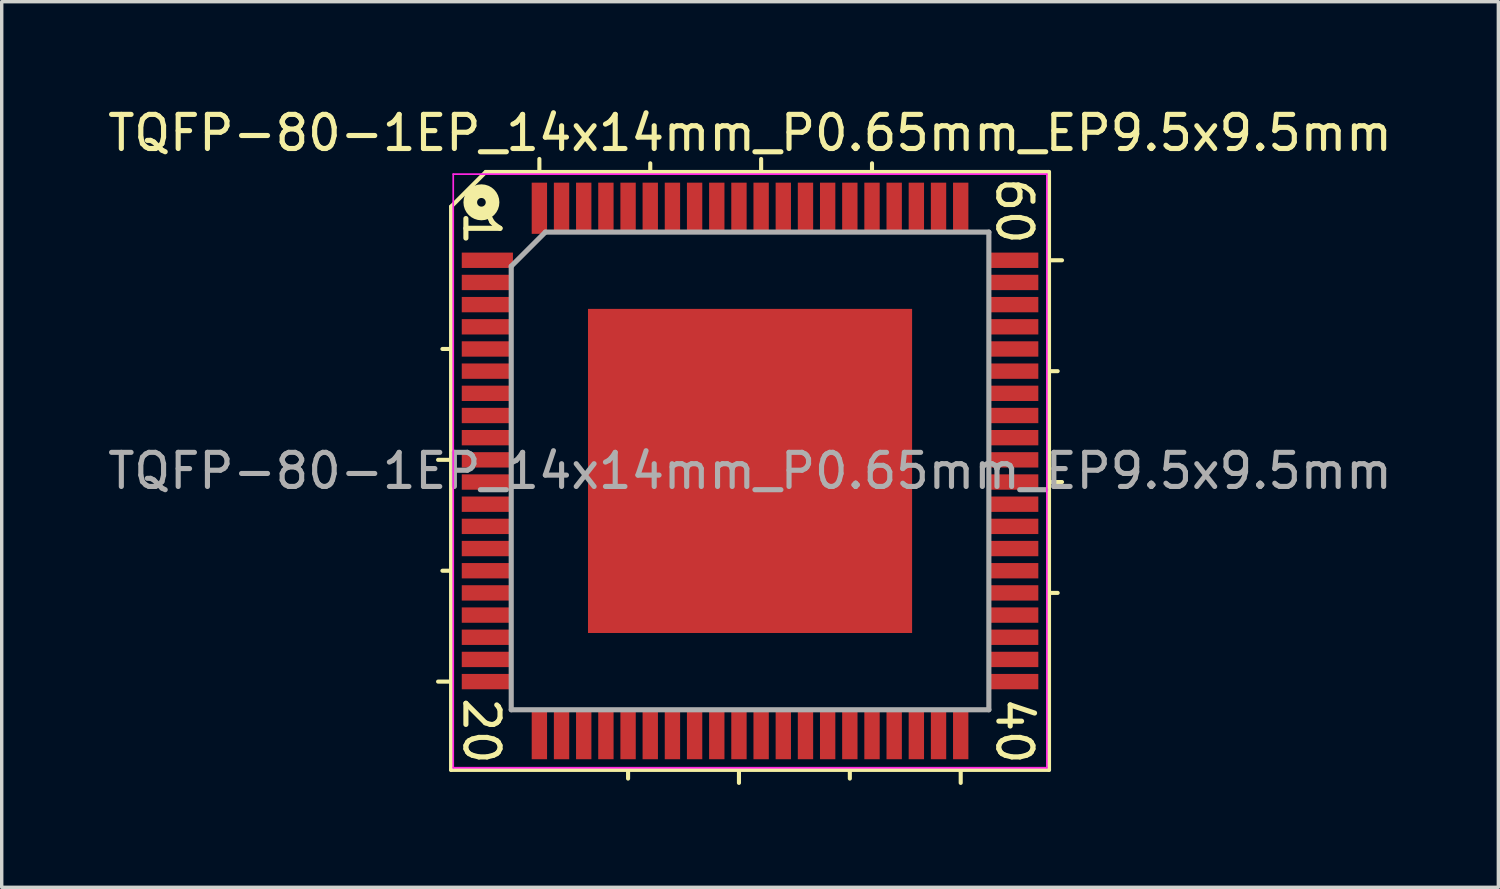
<source format=kicad_pcb>
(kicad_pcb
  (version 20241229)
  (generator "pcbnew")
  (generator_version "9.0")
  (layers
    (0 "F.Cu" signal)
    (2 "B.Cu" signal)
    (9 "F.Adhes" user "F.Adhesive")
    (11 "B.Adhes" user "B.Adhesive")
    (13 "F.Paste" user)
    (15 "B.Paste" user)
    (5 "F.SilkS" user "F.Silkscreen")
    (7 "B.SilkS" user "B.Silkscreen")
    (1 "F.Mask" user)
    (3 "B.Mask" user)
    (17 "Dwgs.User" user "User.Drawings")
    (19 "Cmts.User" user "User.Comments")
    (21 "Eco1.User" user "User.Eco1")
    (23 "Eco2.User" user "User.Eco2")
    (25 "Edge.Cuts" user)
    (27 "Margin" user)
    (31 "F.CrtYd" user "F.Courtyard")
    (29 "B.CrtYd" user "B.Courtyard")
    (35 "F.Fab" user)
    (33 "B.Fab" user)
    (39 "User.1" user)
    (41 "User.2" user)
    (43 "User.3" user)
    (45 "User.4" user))
  (footprint "TQFP-80-1EP_14x14mm_P0.65mm_EP9.5x9.5mm"
    (layer "F.Cu")
    (at 18.935 10.754)
    (property "Reference" "TQFP-80-1EP_14x14mm_P0.65mm_EP9.5x9.5mm" (at 0 -9.906 0) (layer "F.SilkS") (effects (font (size 1 1) (thickness 0.15))))
    (attr smd)
    (fp_line (start -8.763 -7.747) (end -8.763 8.763) (stroke (width 0.12) (type solid)) (layer "F.SilkS"))
    (fp_line (start -8.763 -3.575) (end -9.017 -3.575) (stroke (width 0.12) (type solid)) (layer "F.SilkS"))
    (fp_line (start -8.763 -0.325) (end -9.144 -0.325) (stroke (width 0.12) (type solid)) (layer "F.SilkS"))
    (fp_line (start -8.763 2.925) (end -9.017 2.925) (stroke (width 0.12) (type solid)) (layer "F.SilkS"))
    (fp_line (start -8.763 6.175) (end -9.144 6.175) (stroke (width 0.12) (type solid)) (layer "F.SilkS"))
    (fp_line (start -8.763 8.763) (end 8.763 8.763) (stroke (width 0.12) (type solid)) (layer "F.SilkS"))
    (fp_line (start -7.747 -8.763) (end -8.763 -7.747) (stroke (width 0.12) (type solid)) (layer "F.SilkS"))
    (fp_line (start -6.175 -8.763) (end -6.175 -9.144) (stroke (width 0.12) (type solid)) (layer "F.SilkS"))
    (fp_line (start -3.575 8.763) (end -3.575 9.017) (stroke (width 0.12) (type solid)) (layer "F.SilkS"))
    (fp_line (start -2.925 -8.763) (end -2.925 -9.017) (stroke (width 0.12) (type solid)) (layer "F.SilkS"))
    (fp_line (start -0.325 8.763) (end -0.325 9.144) (stroke (width 0.12) (type solid)) (layer "F.SilkS"))
    (fp_line (start 0.325 -8.763) (end 0.325 -9.144) (stroke (width 0.12) (type solid)) (layer "F.SilkS"))
    (fp_line (start 2.925 8.763) (end 2.925 9.017) (stroke (width 0.12) (type solid)) (layer "F.SilkS"))
    (fp_line (start 3.575 -8.763) (end 3.575 -9.017) (stroke (width 0.12) (type solid)) (layer "F.SilkS"))
    (fp_line (start 6.175 8.763) (end 6.175 9.144) (stroke (width 0.12) (type solid)) (layer "F.SilkS"))
    (fp_line (start 8.763 -8.763) (end -7.747 -8.763) (stroke (width 0.12) (type solid)) (layer "F.SilkS"))
    (fp_line (start 8.763 -6.175) (end 9.144 -6.175) (stroke (width 0.12) (type solid)) (layer "F.SilkS"))
    (fp_line (start 8.763 -2.925) (end 9.017 -2.925) (stroke (width 0.12) (type solid)) (layer "F.SilkS"))
    (fp_line (start 8.763 0.325) (end 9.144 0.325) (stroke (width 0.12) (type solid)) (layer "F.SilkS"))
    (fp_line (start 8.763 3.575) (end 9.017 3.575) (stroke (width 0.12) (type solid)) (layer "F.SilkS"))
    (fp_line (start 8.763 8.763) (end 8.763 -8.763) (stroke (width 0.12) (type solid)) (layer "F.SilkS"))
    (fp_circle (center -7.874 -7.874) (end -7.747 -7.874) (stroke (width 0.4) (type solid)) (fill no) (layer "F.SilkS"))
    (fp_line (start -8.7 -8.7) (end -8.7 8.7) (stroke (width 0.05) (type solid)) (layer "F.CrtYd"))
    (fp_line (start -8.7 -8.7) (end 8.7 -8.7) (stroke (width 0.05) (type solid)) (layer "F.CrtYd"))
    (fp_line (start -8.7 8.7) (end 8.7 8.7) (stroke (width 0.05) (type solid)) (layer "F.CrtYd"))
    (fp_line (start 8.7 -8.7) (end 8.7 8.7) (stroke (width 0.05) (type solid)) (layer "F.CrtYd"))
    (fp_line (start -7 -6) (end -6 -7) (stroke (width 0.15) (type solid)) (layer "F.Fab"))
    (fp_line (start -7 7) (end -7 -6) (stroke (width 0.15) (type solid)) (layer "F.Fab"))
    (fp_line (start -6 -7) (end 7 -7) (stroke (width 0.15) (type solid)) (layer "F.Fab"))
    (fp_line (start 7 -7) (end 7 7) (stroke (width 0.15) (type solid)) (layer "F.Fab"))
    (fp_line (start 7 7) (end -7 7) (stroke (width 0.15) (type solid)) (layer "F.Fab"))
    (fp_text user "60" (at 7.747 -7.62 270) (unlocked yes) (layer "F.SilkS") (effects (font (size 1 1) (thickness 0.15))))
    (fp_text user "1" (at -7.874 -7.112 270) (unlocked yes) (layer "F.SilkS") (effects (font (size 1 1) (thickness 0.15))))
    (fp_text user "20" (at -7.874 7.62 270) (unlocked yes) (layer "F.SilkS") (effects (font (size 1 1) (thickness 0.15))))
    (fp_text user "40" (at 7.747 7.62 270) (unlocked yes) (layer "F.SilkS") (effects (font (size 1 1) (thickness 0.15))))
    (fp_text user "${REFERENCE}" (at 0 0 0) (layer "F.Fab") (effects (font (size 1 1) (thickness 0.15))))
    (pad "" smd rect (at -2.375 -2.375) (size 3.8 3.8) (layers "F.Paste"))
    (pad "" smd rect (at -2.375 2.375) (size 3.8 3.8) (layers "F.Paste"))
    (pad "" smd rect (at 2.375 -2.375) (size 3.8 3.8) (layers "F.Paste"))
    (pad "" smd rect (at 2.375 2.375) (size 3.8 3.8) (layers "F.Paste"))
    (pad "1" smd rect (at -7.7 -6.175) (size 1.5 0.45) (layers "F.Cu" "F.Mask" "F.Paste"))
    (pad "2" smd rect (at -7.7 -5.525) (size 1.5 0.45) (layers "F.Cu" "F.Mask" "F.Paste"))
    (pad "3" smd rect (at -7.7 -4.875) (size 1.5 0.45) (layers "F.Cu" "F.Mask" "F.Paste"))
    (pad "4" smd rect (at -7.7 -4.225) (size 1.5 0.45) (layers "F.Cu" "F.Mask" "F.Paste"))
    (pad "5" smd rect (at -7.7 -3.575) (size 1.5 0.45) (layers "F.Cu" "F.Mask" "F.Paste"))
    (pad "6" smd rect (at -7.7 -2.925) (size 1.5 0.45) (layers "F.Cu" "F.Mask" "F.Paste"))
    (pad "7" smd rect (at -7.7 -2.275) (size 1.5 0.45) (layers "F.Cu" "F.Mask" "F.Paste"))
    (pad "8" smd rect (at -7.7 -1.625) (size 1.5 0.45) (layers "F.Cu" "F.Mask" "F.Paste"))
    (pad "9" smd rect (at -7.7 -0.975) (size 1.5 0.45) (layers "F.Cu" "F.Mask" "F.Paste"))
    (pad "10" smd rect (at -7.7 -0.325) (size 1.5 0.45) (layers "F.Cu" "F.Mask" "F.Paste"))
    (pad "11" smd rect (at -7.7 0.325) (size 1.5 0.45) (layers "F.Cu" "F.Mask" "F.Paste"))
    (pad "12" smd rect (at -7.7 0.975) (size 1.5 0.45) (layers "F.Cu" "F.Mask" "F.Paste"))
    (pad "13" smd rect (at -7.7 1.625) (size 1.5 0.45) (layers "F.Cu" "F.Mask" "F.Paste"))
    (pad "14" smd rect (at -7.7 2.275) (size 1.5 0.45) (layers "F.Cu" "F.Mask" "F.Paste"))
    (pad "15" smd rect (at -7.7 2.925) (size 1.5 0.45) (layers "F.Cu" "F.Mask" "F.Paste"))
    (pad "16" smd rect (at -7.7 3.575) (size 1.5 0.45) (layers "F.Cu" "F.Mask" "F.Paste"))
    (pad "17" smd rect (at -7.7 4.225) (size 1.5 0.45) (layers "F.Cu" "F.Mask" "F.Paste"))
    (pad "18" smd rect (at -7.7 4.875) (size 1.5 0.45) (layers "F.Cu" "F.Mask" "F.Paste"))
    (pad "19" smd rect (at -7.7 5.525) (size 1.5 0.45) (layers "F.Cu" "F.Mask" "F.Paste"))
    (pad "20" smd rect (at -7.7 6.175) (size 1.5 0.45) (layers "F.Cu" "F.Mask" "F.Paste"))
    (pad "21" smd rect (at -6.175 7.7 90) (size 1.5 0.45) (layers "F.Cu" "F.Mask" "F.Paste"))
    (pad "22" smd rect (at -5.525 7.7 90) (size 1.5 0.45) (layers "F.Cu" "F.Mask" "F.Paste"))
    (pad "23" smd rect (at -4.875 7.7 90) (size 1.5 0.45) (layers "F.Cu" "F.Mask" "F.Paste"))
    (pad "24" smd rect (at -4.225 7.7 90) (size 1.5 0.45) (layers "F.Cu" "F.Mask" "F.Paste"))
    (pad "25" smd rect (at -3.575 7.7 90) (size 1.5 0.45) (layers "F.Cu" "F.Mask" "F.Paste"))
    (pad "26" smd rect (at -2.925 7.7 90) (size 1.5 0.45) (layers "F.Cu" "F.Mask" "F.Paste"))
    (pad "27" smd rect (at -2.275 7.7 90) (size 1.5 0.45) (layers "F.Cu" "F.Mask" "F.Paste"))
    (pad "28" smd rect (at -1.625 7.7 90) (size 1.5 0.45) (layers "F.Cu" "F.Mask" "F.Paste"))
    (pad "29" smd rect (at -0.975 7.7 90) (size 1.5 0.45) (layers "F.Cu" "F.Mask" "F.Paste"))
    (pad "30" smd rect (at -0.325 7.7 90) (size 1.5 0.45) (layers "F.Cu" "F.Mask" "F.Paste"))
    (pad "31" smd rect (at 0.325 7.7 90) (size 1.5 0.45) (layers "F.Cu" "F.Mask" "F.Paste"))
    (pad "32" smd rect (at 0.975 7.7 90) (size 1.5 0.45) (layers "F.Cu" "F.Mask" "F.Paste"))
    (pad "33" smd rect (at 1.625 7.7 90) (size 1.5 0.45) (layers "F.Cu" "F.Mask" "F.Paste"))
    (pad "34" smd rect (at 2.275 7.7 90) (size 1.5 0.45) (layers "F.Cu" "F.Mask" "F.Paste"))
    (pad "35" smd rect (at 2.925 7.7 90) (size 1.5 0.45) (layers "F.Cu" "F.Mask" "F.Paste"))
    (pad "36" smd rect (at 3.575 7.7 90) (size 1.5 0.45) (layers "F.Cu" "F.Mask" "F.Paste"))
    (pad "37" smd rect (at 4.225 7.7 90) (size 1.5 0.45) (layers "F.Cu" "F.Mask" "F.Paste"))
    (pad "38" smd rect (at 4.875 7.7 90) (size 1.5 0.45) (layers "F.Cu" "F.Mask" "F.Paste"))
    (pad "39" smd rect (at 5.525 7.7 90) (size 1.5 0.45) (layers "F.Cu" "F.Mask" "F.Paste"))
    (pad "40" smd rect (at 6.175 7.7 90) (size 1.5 0.45) (layers "F.Cu" "F.Mask" "F.Paste"))
    (pad "41" smd rect (at 7.7 6.175) (size 1.5 0.45) (layers "F.Cu" "F.Mask" "F.Paste"))
    (pad "42" smd rect (at 7.7 5.525) (size 1.5 0.45) (layers "F.Cu" "F.Mask" "F.Paste"))
    (pad "43" smd rect (at 7.7 4.875) (size 1.5 0.45) (layers "F.Cu" "F.Mask" "F.Paste"))
    (pad "44" smd rect (at 7.7 4.225) (size 1.5 0.45) (layers "F.Cu" "F.Mask" "F.Paste"))
    (pad "45" smd rect (at 7.7 3.575) (size 1.5 0.45) (layers "F.Cu" "F.Mask" "F.Paste"))
    (pad "46" smd rect (at 7.7 2.925) (size 1.5 0.45) (layers "F.Cu" "F.Mask" "F.Paste"))
    (pad "47" smd rect (at 7.7 2.275) (size 1.5 0.45) (layers "F.Cu" "F.Mask" "F.Paste"))
    (pad "48" smd rect (at 7.7 1.625) (size 1.5 0.45) (layers "F.Cu" "F.Mask" "F.Paste"))
    (pad "49" smd rect (at 7.7 0.975) (size 1.5 0.45) (layers "F.Cu" "F.Mask" "F.Paste"))
    (pad "50" smd rect (at 7.7 0.325) (size 1.5 0.45) (layers "F.Cu" "F.Mask" "F.Paste"))
    (pad "51" smd rect (at 7.7 -0.325) (size 1.5 0.45) (layers "F.Cu" "F.Mask" "F.Paste"))
    (pad "52" smd rect (at 7.7 -0.975) (size 1.5 0.45) (layers "F.Cu" "F.Mask" "F.Paste"))
    (pad "53" smd rect (at 7.7 -1.625) (size 1.5 0.45) (layers "F.Cu" "F.Mask" "F.Paste"))
    (pad "54" smd rect (at 7.7 -2.275) (size 1.5 0.45) (layers "F.Cu" "F.Mask" "F.Paste"))
    (pad "55" smd rect (at 7.7 -2.925) (size 1.5 0.45) (layers "F.Cu" "F.Mask" "F.Paste"))
    (pad "56" smd rect (at 7.7 -3.575) (size 1.5 0.45) (layers "F.Cu" "F.Mask" "F.Paste"))
    (pad "57" smd rect (at 7.7 -4.225) (size 1.5 0.45) (layers "F.Cu" "F.Mask" "F.Paste"))
    (pad "58" smd rect (at 7.7 -4.875) (size 1.5 0.45) (layers "F.Cu" "F.Mask" "F.Paste"))
    (pad "59" smd rect (at 7.7 -5.525) (size 1.5 0.45) (layers "F.Cu" "F.Mask" "F.Paste"))
    (pad "60" smd rect (at 7.7 -6.175) (size 1.5 0.45) (layers "F.Cu" "F.Mask" "F.Paste"))
    (pad "61" smd rect (at 6.175 -7.7 90) (size 1.5 0.45) (layers "F.Cu" "F.Mask" "F.Paste"))
    (pad "62" smd rect (at 5.525 -7.7 90) (size 1.5 0.45) (layers "F.Cu" "F.Mask" "F.Paste"))
    (pad "63" smd rect (at 4.875 -7.7 90) (size 1.5 0.45) (layers "F.Cu" "F.Mask" "F.Paste"))
    (pad "64" smd rect (at 4.225 -7.7 90) (size 1.5 0.45) (layers "F.Cu" "F.Mask" "F.Paste"))
    (pad "65" smd rect (at 3.575 -7.7 90) (size 1.5 0.45) (layers "F.Cu" "F.Mask" "F.Paste"))
    (pad "66" smd rect (at 2.925 -7.7 90) (size 1.5 0.45) (layers "F.Cu" "F.Mask" "F.Paste"))
    (pad "67" smd rect (at 2.275 -7.7 90) (size 1.5 0.45) (layers "F.Cu" "F.Mask" "F.Paste"))
    (pad "68" smd rect (at 1.625 -7.7 90) (size 1.5 0.45) (layers "F.Cu" "F.Mask" "F.Paste"))
    (pad "69" smd rect (at 0.975 -7.7 90) (size 1.5 0.45) (layers "F.Cu" "F.Mask" "F.Paste"))
    (pad "70" smd rect (at 0.325 -7.7 90) (size 1.5 0.45) (layers "F.Cu" "F.Mask" "F.Paste"))
    (pad "71" smd rect (at -0.325 -7.7 90) (size 1.5 0.45) (layers "F.Cu" "F.Mask" "F.Paste"))
    (pad "72" smd rect (at -0.975 -7.7 90) (size 1.5 0.45) (layers "F.Cu" "F.Mask" "F.Paste"))
    (pad "73" smd rect (at -1.625 -7.7 90) (size 1.5 0.45) (layers "F.Cu" "F.Mask" "F.Paste"))
    (pad "74" smd rect (at -2.275 -7.7 90) (size 1.5 0.45) (layers "F.Cu" "F.Mask" "F.Paste"))
    (pad "75" smd rect (at -2.925 -7.7 90) (size 1.5 0.45) (layers "F.Cu" "F.Mask" "F.Paste"))
    (pad "76" smd rect (at -3.575 -7.7 90) (size 1.5 0.45) (layers "F.Cu" "F.Mask" "F.Paste"))
    (pad "77" smd rect (at -4.225 -7.7 90) (size 1.5 0.45) (layers "F.Cu" "F.Mask" "F.Paste"))
    (pad "78" smd rect (at -4.875 -7.7 90) (size 1.5 0.45) (layers "F.Cu" "F.Mask" "F.Paste"))
    (pad "79" smd rect (at -5.525 -7.7 90) (size 1.5 0.45) (layers "F.Cu" "F.Mask" "F.Paste"))
    (pad "80" smd rect (at -6.175 -7.7 90) (size 1.5 0.45) (layers "F.Cu" "F.Mask" "F.Paste"))
    (pad "81" smd rect (at 0 0) (size 9.5 9.5) (layers "F.Cu" "F.Mask")))
  (gr_rect
    (start -3 -3)
    (end 40.869 22.958)
    (stroke (width 0.1) (type default))
    (fill no)
    (layer "Edge.Cuts")))
</source>
